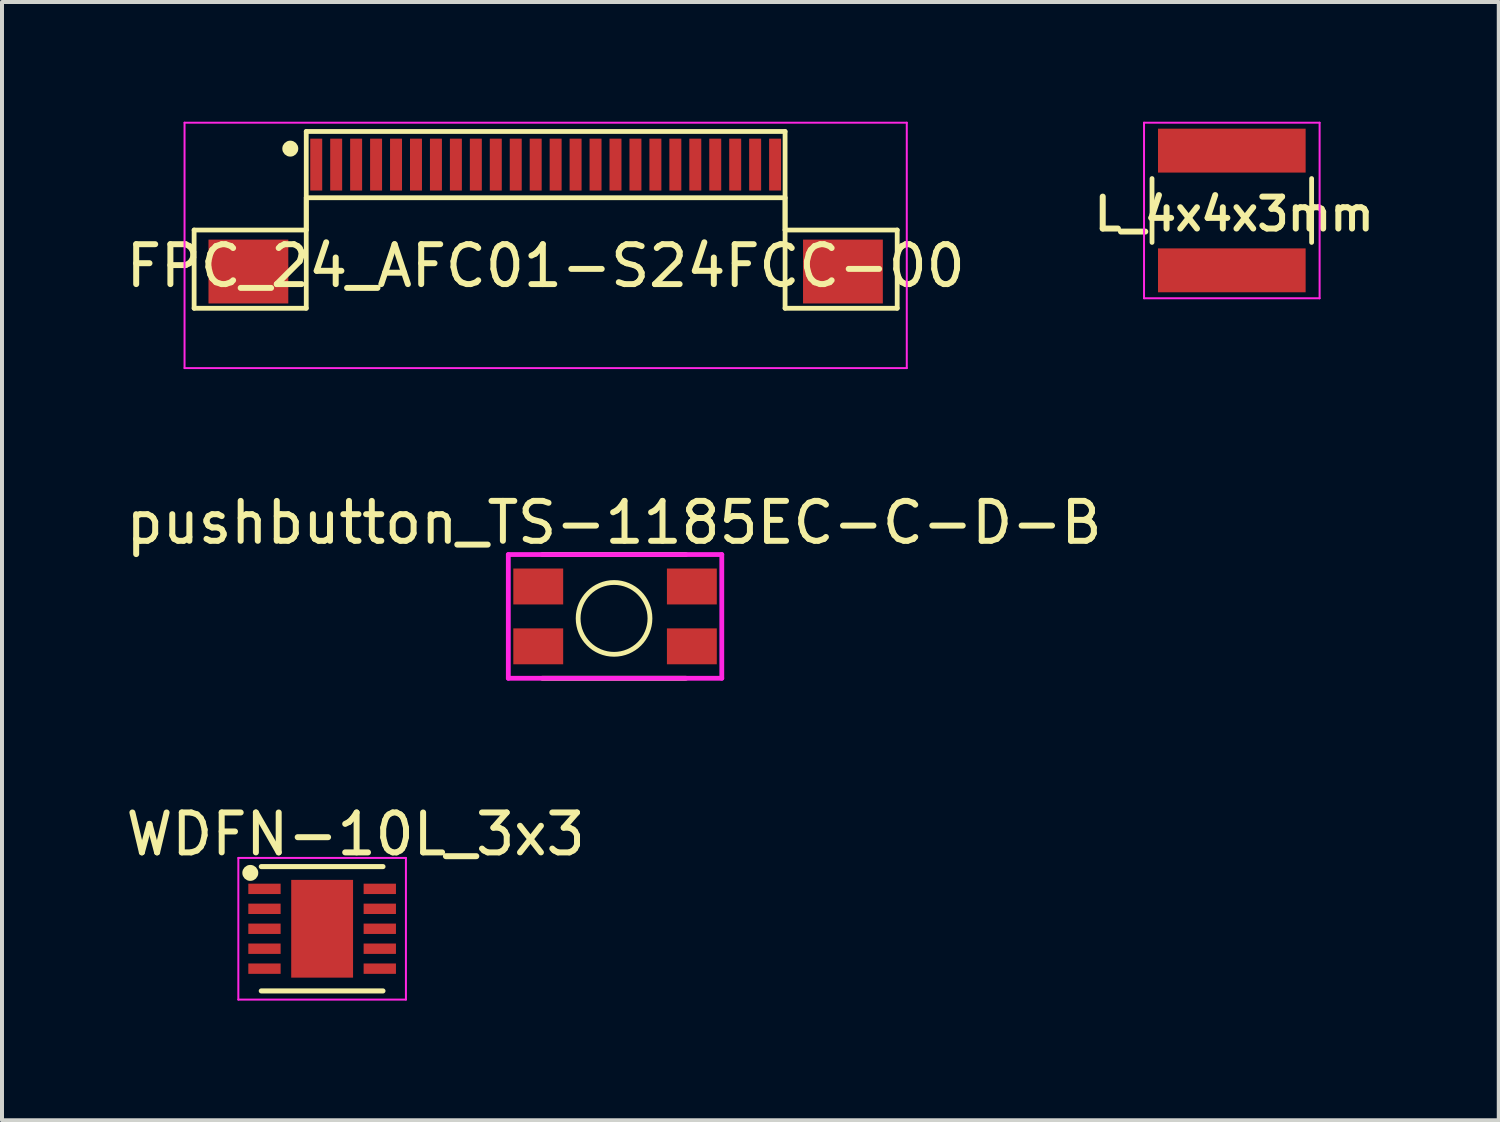
<source format=kicad_pcb>
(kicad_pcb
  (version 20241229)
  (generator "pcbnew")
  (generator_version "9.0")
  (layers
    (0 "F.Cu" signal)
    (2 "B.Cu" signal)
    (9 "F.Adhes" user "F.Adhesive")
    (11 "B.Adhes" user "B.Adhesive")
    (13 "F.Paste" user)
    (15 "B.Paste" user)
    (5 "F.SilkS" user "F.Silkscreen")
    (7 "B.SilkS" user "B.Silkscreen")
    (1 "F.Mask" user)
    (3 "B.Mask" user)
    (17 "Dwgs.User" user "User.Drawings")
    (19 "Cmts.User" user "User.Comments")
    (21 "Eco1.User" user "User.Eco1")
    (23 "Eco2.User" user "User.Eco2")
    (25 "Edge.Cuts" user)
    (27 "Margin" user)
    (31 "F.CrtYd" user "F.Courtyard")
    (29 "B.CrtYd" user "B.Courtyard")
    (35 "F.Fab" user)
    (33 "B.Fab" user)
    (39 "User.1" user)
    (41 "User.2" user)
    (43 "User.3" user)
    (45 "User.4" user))
  (footprint "FPC_24_AFC01-S24FCC-00"
    (layer "F.Cu")
    (at 10.625 1.075)
    (property "Reference" "FPC_24_AFC01-S24FCC-00" (at 0 2.54 0) (layer "F.SilkS") (effects (font (size 1 1) (thickness 0.15))))
    (attr smd)
    (fp_line (start -8.81 1.64) (end -6 1.64) (stroke (width 0.12) (type solid)) (layer "F.SilkS"))
    (fp_line (start -8.81 3.6) (end -8.81 1.64) (stroke (width 0.12) (type solid)) (layer "F.SilkS"))
    (fp_line (start -6 -0.83) (end 6 -0.83) (stroke (width 0.12) (type solid)) (layer "F.SilkS"))
    (fp_line (start -6 0.83) (end -6 3.6) (stroke (width 0.12) (type solid)) (layer "F.SilkS"))
    (fp_line (start -6 0.83) (end 6 0.83) (stroke (width 0.12) (type solid)) (layer "F.SilkS"))
    (fp_line (start -6 1.64) (end -6 -0.83) (stroke (width 0.12) (type solid)) (layer "F.SilkS"))
    (fp_line (start -6 3.6) (end -8.81 3.6) (stroke (width 0.12) (type solid)) (layer "F.SilkS"))
    (fp_line (start 6 0.83) (end 6 3.6) (stroke (width 0.12) (type solid)) (layer "F.SilkS"))
    (fp_line (start 6 1.64) (end 6 -0.83) (stroke (width 0.12) (type solid)) (layer "F.SilkS"))
    (fp_line (start 6 3.6) (end 8.81 3.6) (stroke (width 0.12) (type solid)) (layer "F.SilkS"))
    (fp_line (start 8.81 1.64) (end 6 1.64) (stroke (width 0.12) (type solid)) (layer "F.SilkS"))
    (fp_line (start 8.81 3.6) (end 8.81 1.64) (stroke (width 0.12) (type solid)) (layer "F.SilkS"))
    (fp_circle (center -6.4 -0.4) (end -6.3 -0.4) (stroke (width 0.2) (type solid)) (fill no) (layer "F.SilkS"))
    (fp_line (start -9.05 -1.05) (end -9.05 5.1) (stroke (width 0.05) (type solid)) (layer "F.CrtYd"))
    (fp_line (start -9.05 -1.05) (end 9.05 -1.05) (stroke (width 0.05) (type solid)) (layer "F.CrtYd"))
    (fp_line (start -9.05 5.1) (end 9.05 5.1) (stroke (width 0.05) (type solid)) (layer "F.CrtYd"))
    (fp_line (start 9.05 -1.05) (end 9.05 5.1) (stroke (width 0.05) (type solid)) (layer "F.CrtYd"))
    (pad "1" smd rect (at -5.75 0) (size 0.3 1.3) (layers "F.Cu" "F.Mask" "F.Paste"))
    (pad "2" smd rect (at -5.25 0) (size 0.3 1.3) (layers "F.Cu" "F.Mask" "F.Paste"))
    (pad "3" smd rect (at -4.75 0) (size 0.3 1.3) (layers "F.Cu" "F.Mask" "F.Paste"))
    (pad "4" smd rect (at -4.25 0) (size 0.3 1.3) (layers "F.Cu" "F.Mask" "F.Paste"))
    (pad "5" smd rect (at -3.75 0) (size 0.3 1.3) (layers "F.Cu" "F.Mask" "F.Paste"))
    (pad "6" smd rect (at -3.25 0) (size 0.3 1.3) (layers "F.Cu" "F.Mask" "F.Paste"))
    (pad "7" smd rect (at -2.75 0) (size 0.3 1.3) (layers "F.Cu" "F.Mask" "F.Paste"))
    (pad "8" smd rect (at -2.25 0) (size 0.3 1.3) (layers "F.Cu" "F.Mask" "F.Paste"))
    (pad "9" smd rect (at -1.75 0) (size 0.3 1.3) (layers "F.Cu" "F.Mask" "F.Paste"))
    (pad "10" smd rect (at -1.25 0) (size 0.3 1.3) (layers "F.Cu" "F.Mask" "F.Paste"))
    (pad "11" smd rect (at -0.75 0) (size 0.3 1.3) (layers "F.Cu" "F.Mask" "F.Paste"))
    (pad "12" smd rect (at -0.25 0) (size 0.3 1.3) (layers "F.Cu" "F.Mask" "F.Paste"))
    (pad "13" smd rect (at 0.25 0) (size 0.3 1.3) (layers "F.Cu" "F.Mask" "F.Paste"))
    (pad "14" smd rect (at 0.75 0) (size 0.3 1.3) (layers "F.Cu" "F.Mask" "F.Paste"))
    (pad "15" smd rect (at 1.25 0) (size 0.3 1.3) (layers "F.Cu" "F.Mask" "F.Paste"))
    (pad "16" smd rect (at 1.75 0) (size 0.3 1.3) (layers "F.Cu" "F.Mask" "F.Paste"))
    (pad "17" smd rect (at 2.25 0) (size 0.3 1.3) (layers "F.Cu" "F.Mask" "F.Paste"))
    (pad "18" smd rect (at 2.75 0) (size 0.3 1.3) (layers "F.Cu" "F.Mask" "F.Paste"))
    (pad "19" smd rect (at 3.25 0) (size 0.3 1.3) (layers "F.Cu" "F.Mask" "F.Paste"))
    (pad "20" smd rect (at 3.75 0) (size 0.3 1.3) (layers "F.Cu" "F.Mask" "F.Paste"))
    (pad "21" smd rect (at 4.25 0) (size 0.3 1.3) (layers "F.Cu" "F.Mask" "F.Paste"))
    (pad "22" smd rect (at 4.75 0) (size 0.3 1.3) (layers "F.Cu" "F.Mask" "F.Paste"))
    (pad "23" smd rect (at 5.25 0) (size 0.3 1.3) (layers "F.Cu" "F.Mask" "F.Paste"))
    (pad "24" smd rect (at 5.75 0) (size 0.3 1.3) (layers "F.Cu" "F.Mask" "F.Paste"))
    (pad "25" smd rect (at -7.45 2.68) (size 2 1.6) (layers "F.Cu" "F.Mask" "F.Paste"))
    (pad "26" smd rect (at 7.45 2.68) (size 2 1.6) (layers "F.Cu" "F.Mask" "F.Paste")))
  (footprint "L_4x4x3mm"
    (layer "F.Cu")
    (at 27.821 2.225)
    (property "Reference" "L_4x4x3mm" (at 0.06 0.09 0) (layer "F.SilkS") (effects (font (size 0.8 0.8) (thickness 0.15))))
    (attr smd)
    (fp_line (start -2 0.8) (end -2 -0.8) (stroke (width 0.12) (type solid)) (layer "F.SilkS"))
    (fp_line (start 2 0.8) (end 2 -0.8) (stroke (width 0.12) (type solid)) (layer "F.SilkS"))
    (fp_line (start -2.2 -2.2) (end 2.2 -2.2) (stroke (width 0.05) (type solid)) (layer "F.CrtYd"))
    (fp_line (start -2.2 2.2) (end -2.2 -2.2) (stroke (width 0.05) (type solid)) (layer "F.CrtYd"))
    (fp_line (start 2.2 -2.2) (end 2.2 2.2) (stroke (width 0.05) (type solid)) (layer "F.CrtYd"))
    (fp_line (start 2.2 2.2) (end -2.2 2.2) (stroke (width 0.05) (type solid)) (layer "F.CrtYd"))
    (pad "1" smd rect (at 0 -1.5) (size 3.7 1.1) (layers "F.Cu" "F.Mask" "F.Paste"))
    (pad "2" smd rect (at 0 1.5) (size 3.7 1.1) (layers "F.Cu" "F.Mask" "F.Paste")))
  (footprint "pushbutton_TS-1185EC-C-D-B"
    (layer "F.Cu")
    (at 12.339 12.448)
    (property "Reference" "pushbutton_TS-1185EC-C-D-B" (at 0 -2.4 180) (layer "F.SilkS") (effects (font (size 1 1) (thickness 0.15))))
    (attr through_hole)
    (fp_line (start -1.8 -1.6) (end 1.8 -1.6) (stroke (width 0.12) (type solid)) (layer "F.SilkS"))
    (fp_line (start 1.8 1.5) (end -1.8 1.5) (stroke (width 0.12) (type solid)) (layer "F.SilkS"))
    (fp_circle (center 0 0) (end 0.9 0) (stroke (width 0.12) (type solid)) (fill no) (layer "F.SilkS"))
    (fp_line (start -2.65 -1.6) (end 2.7 -1.6) (stroke (width 0.12) (type solid)) (layer "F.CrtYd"))
    (fp_line (start -2.65 1.5) (end -2.65 -1.6) (stroke (width 0.12) (type solid)) (layer "F.CrtYd"))
    (fp_line (start 2.7 -1.6) (end 2.7 1.5) (stroke (width 0.12) (type solid)) (layer "F.CrtYd"))
    (fp_line (start 2.7 1.5) (end -2.65 1.5) (stroke (width 0.12) (type solid)) (layer "F.CrtYd"))
    (pad "1" smd rect (at -1.9 -0.8) (size 1.25 0.9) (layers "F.Cu" "F.Mask" "F.Paste"))
    (pad "2" smd rect (at 1.95 0.7) (size 1.25 0.9) (layers "F.Cu" "F.Mask" "F.Paste"))
    (pad "3" smd rect (at 1.95 -0.8) (size 1.25 0.9) (layers "F.Cu" "F.Mask" "F.Paste"))
    (pad "4" smd rect (at -1.9 0.7) (size 1.25 0.9) (layers "F.Cu" "F.Mask" "F.Paste")))
  (footprint "WDFN-10L_3x3"
    (layer "F.Cu")
    (at 5.023 20.226)
    (property "Reference" "WDFN-10L_3x3" (at 0.84 -2.369 0) (layer "F.SilkS") (effects (font (size 1 1) (thickness 0.15))))
    (attr through_hole)
    (fp_line (start -1.525 -1.558) (end 1.525 -1.558) (stroke (width 0.127) (type solid)) (layer "F.SilkS"))
    (fp_line (start -1.525 1.558) (end 1.525 1.558) (stroke (width 0.127) (type solid)) (layer "F.SilkS"))
    (fp_circle (center -1.8 -1.4) (end -1.7 -1.4) (stroke (width 0.2) (type solid)) (fill no) (layer "F.SilkS"))
    (fp_poly (pts (xy -0.51 -0.78) (xy 0.51 -0.78) (xy 0.51 0.78) (xy -0.51 0.78)) (stroke (width 0.01) (type solid)) (fill yes) (layer "F.Paste"))
    (fp_line (start -2.1 -1.775) (end -2.1 1.775) (stroke (width 0.05) (type solid)) (layer "F.CrtYd"))
    (fp_line (start -2.1 -1.775) (end 2.1 -1.775) (stroke (width 0.05) (type solid)) (layer "F.CrtYd"))
    (fp_line (start -2.1 1.775) (end 2.1 1.775) (stroke (width 0.05) (type solid)) (layer "F.CrtYd"))
    (fp_line (start 2.1 -1.775) (end 2.1 1.775) (stroke (width 0.05) (type solid)) (layer "F.CrtYd"))
    (pad "1" smd rect (at -1.445 -1) (size 0.81 0.26) (layers "F.Cu" "F.Mask" "F.Paste"))
    (pad "2" smd rect (at -1.445 -0.5) (size 0.81 0.26) (layers "F.Cu" "F.Mask" "F.Paste"))
    (pad "3" smd rect (at -1.445 0) (size 0.81 0.26) (layers "F.Cu" "F.Mask" "F.Paste"))
    (pad "4" smd rect (at -1.445 0.5) (size 0.81 0.26) (layers "F.Cu" "F.Mask" "F.Paste"))
    (pad "5" smd rect (at -1.445 1) (size 0.81 0.26) (layers "F.Cu" "F.Mask" "F.Paste"))
    (pad "6" smd rect (at 1.445 1) (size 0.81 0.26) (layers "F.Cu" "F.Mask" "F.Paste"))
    (pad "7" smd rect (at 1.445 0.5) (size 0.81 0.26) (layers "F.Cu" "F.Mask" "F.Paste"))
    (pad "8" smd rect (at 1.445 0) (size 0.81 0.26) (layers "F.Cu" "F.Mask" "F.Paste"))
    (pad "9" smd rect (at 1.445 -0.5) (size 0.81 0.26) (layers "F.Cu" "F.Mask" "F.Paste"))
    (pad "10" smd rect (at 1.445 -1) (size 0.81 0.26) (layers "F.Cu" "F.Mask" "F.Paste"))
    (pad "11" smd rect (at 0 0) (size 1.55 2.45) (layers "F.Cu" "F.Mask")))
  (gr_rect
    (start -3 -3)
    (end 34.511 25.026)
    (stroke (width 0.1) (type default))
    (fill no)
    (layer "Edge.Cuts")))
</source>
